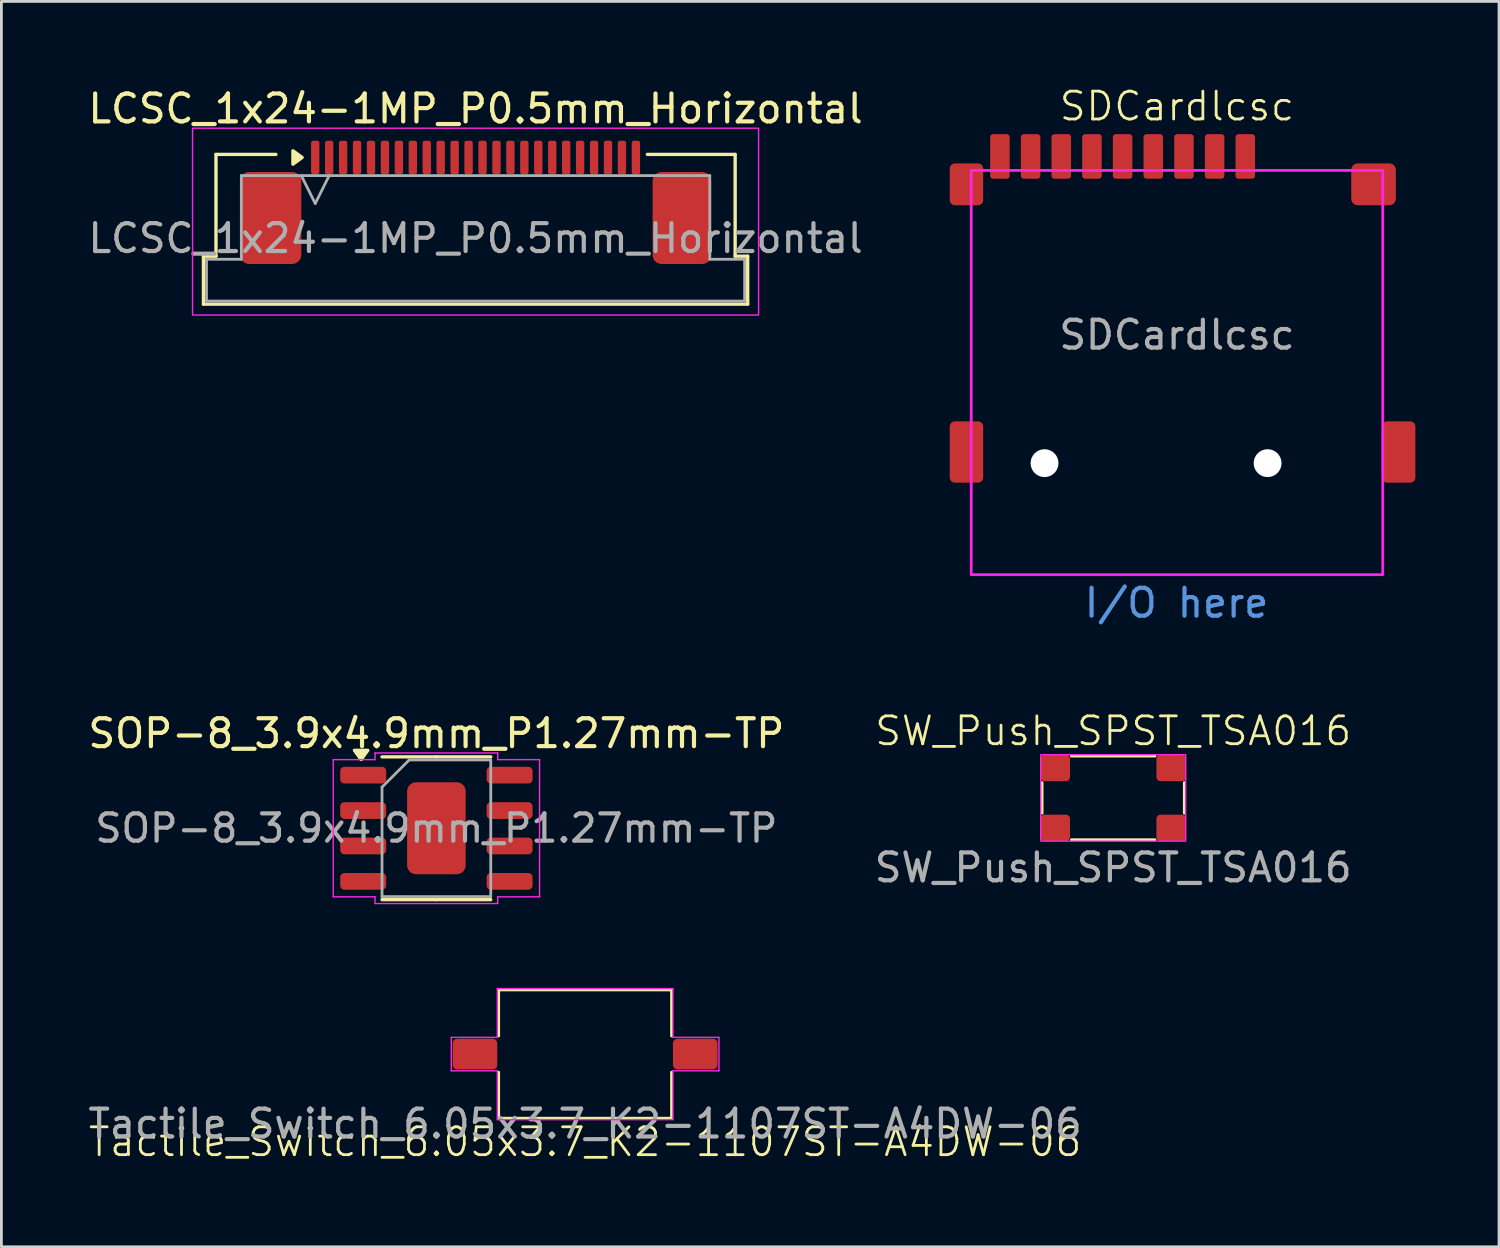
<source format=kicad_pcb>
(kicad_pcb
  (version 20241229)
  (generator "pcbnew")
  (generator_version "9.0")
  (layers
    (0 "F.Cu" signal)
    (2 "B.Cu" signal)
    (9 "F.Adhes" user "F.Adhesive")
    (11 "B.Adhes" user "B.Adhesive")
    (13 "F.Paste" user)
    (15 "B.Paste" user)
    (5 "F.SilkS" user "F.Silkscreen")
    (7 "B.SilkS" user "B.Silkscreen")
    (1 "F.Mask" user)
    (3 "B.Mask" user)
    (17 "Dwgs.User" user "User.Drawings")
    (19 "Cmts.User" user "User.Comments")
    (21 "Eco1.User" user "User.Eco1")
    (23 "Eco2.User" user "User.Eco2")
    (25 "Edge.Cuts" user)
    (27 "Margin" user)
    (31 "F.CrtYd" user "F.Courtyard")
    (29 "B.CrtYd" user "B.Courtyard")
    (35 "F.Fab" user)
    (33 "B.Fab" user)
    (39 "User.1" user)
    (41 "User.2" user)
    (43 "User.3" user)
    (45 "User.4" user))
  (footprint "LCSC_1x24-1MP_P0.5mm_Horizontal"
    (layer "F.Cu")
    (at 14.006 5.498)
    (property "Reference" "LCSC_1x24-1MP_P0.5mm_Horizontal" (at 0 -4.65 0) (layer "F.SilkS") (effects (font (size 1 1) (thickness 0.15))))
    (attr smd)
    (fp_line (start -9.76 0.64) (end -9.31 0.64) (stroke (width 0.12) (type solid)) (layer "F.SilkS"))
    (fp_line (start -9.76 2.36) (end -9.76 0.64) (stroke (width 0.12) (type solid)) (layer "F.SilkS"))
    (fp_line (start -9.31 -3.01) (end -7.16 -3.01) (stroke (width 0.12) (type solid)) (layer "F.SilkS"))
    (fp_line (start -9.31 0.64) (end -9.31 -3.01) (stroke (width 0.12) (type solid)) (layer "F.SilkS"))
    (fp_line (start 6.16 -3.01) (end 9.31 -3.01) (stroke (width 0.12) (type solid)) (layer "F.SilkS"))
    (fp_line (start 9.31 -3.01) (end 9.31 0.64) (stroke (width 0.12) (type solid)) (layer "F.SilkS"))
    (fp_line (start 9.31 0.64) (end 9.76 0.64) (stroke (width 0.12) (type solid)) (layer "F.SilkS"))
    (fp_line (start 9.76 0.64) (end 9.76 2.36) (stroke (width 0.12) (type solid)) (layer "F.SilkS"))
    (fp_line (start 9.76 2.36) (end -9.76 2.36) (stroke (width 0.12) (type solid)) (layer "F.SilkS"))
    (fp_poly (pts (xy -6.22 -2.9) (xy -6.55 -2.66) (xy -6.55 -3.14)) (stroke (width 0.12) (type solid)) (fill yes) (layer "F.SilkS"))
    (fp_rect (start -10.15 -3.95) (end 10.15 2.75) (stroke (width 0.05) (type solid)) (fill no) (layer "F.CrtYd"))
    (fp_line (start -9.65 0.75) (end -8.4 0.75) (stroke (width 0.1) (type solid)) (layer "F.Fab"))
    (fp_line (start -9.65 2.25) (end -9.65 0.75) (stroke (width 0.1) (type solid)) (layer "F.Fab"))
    (fp_line (start -8.4 -2.25) (end 8.4 -2.25) (stroke (width 0.1) (type solid)) (layer "F.Fab"))
    (fp_line (start -8.4 0.75) (end -8.4 -2.25) (stroke (width 0.1) (type solid)) (layer "F.Fab"))
    (fp_line (start -6.25 -2.25) (end -5.75 -1.25) (stroke (width 0.1) (type solid)) (layer "F.Fab"))
    (fp_line (start -5.75 -1.25) (end -5.25 -2.25) (stroke (width 0.1) (type solid)) (layer "F.Fab"))
    (fp_line (start 8.4 -2.25) (end 8.4 0.75) (stroke (width 0.1) (type solid)) (layer "F.Fab"))
    (fp_line (start 8.4 0.75) (end 9.65 0.75) (stroke (width 0.1) (type solid)) (layer "F.Fab"))
    (fp_line (start 9.65 0.75) (end 9.65 2.25) (stroke (width 0.1) (type solid)) (layer "F.Fab"))
    (fp_line (start 9.65 2.25) (end -9.65 2.25) (stroke (width 0.1) (type solid)) (layer "F.Fab"))
    (fp_text user "${REFERENCE}" (at 0 0 0) (layer "F.Fab") (effects (font (size 1 1) (thickness 0.15))))
    (pad "1" smd roundrect (at -5.75 -2.9) (size 0.3 1.2) (layers "F.Cu" "F.Mask" "F.Paste") (roundrect_rratio 0.25))
    (pad "2" smd roundrect (at -5.25 -2.9) (size 0.3 1.2) (layers "F.Cu" "F.Mask" "F.Paste") (roundrect_rratio 0.25))
    (pad "3" smd roundrect (at -4.75 -2.9) (size 0.3 1.2) (layers "F.Cu" "F.Mask" "F.Paste") (roundrect_rratio 0.25))
    (pad "4" smd roundrect (at -4.25 -2.9) (size 0.3 1.2) (layers "F.Cu" "F.Mask" "F.Paste") (roundrect_rratio 0.25))
    (pad "5" smd roundrect (at -3.75 -2.9) (size 0.3 1.2) (layers "F.Cu" "F.Mask" "F.Paste") (roundrect_rratio 0.25))
    (pad "6" smd roundrect (at -3.25 -2.9) (size 0.3 1.2) (layers "F.Cu" "F.Mask" "F.Paste") (roundrect_rratio 0.25))
    (pad "7" smd roundrect (at -2.75 -2.9) (size 0.3 1.2) (layers "F.Cu" "F.Mask" "F.Paste") (roundrect_rratio 0.25))
    (pad "8" smd roundrect (at -2.25 -2.9) (size 0.3 1.2) (layers "F.Cu" "F.Mask" "F.Paste") (roundrect_rratio 0.25))
    (pad "9" smd roundrect (at -1.75 -2.9) (size 0.3 1.2) (layers "F.Cu" "F.Mask" "F.Paste") (roundrect_rratio 0.25))
    (pad "10" smd roundrect (at -1.25 -2.9) (size 0.3 1.2) (layers "F.Cu" "F.Mask" "F.Paste") (roundrect_rratio 0.25))
    (pad "11" smd roundrect (at -0.75 -2.9) (size 0.3 1.2) (layers "F.Cu" "F.Mask" "F.Paste") (roundrect_rratio 0.25))
    (pad "12" smd roundrect (at -0.25 -2.9) (size 0.3 1.2) (layers "F.Cu" "F.Mask" "F.Paste") (roundrect_rratio 0.25))
    (pad "13" smd roundrect (at 0.25 -2.9) (size 0.3 1.2) (layers "F.Cu" "F.Mask" "F.Paste") (roundrect_rratio 0.25))
    (pad "14" smd roundrect (at 0.75 -2.9) (size 0.3 1.2) (layers "F.Cu" "F.Mask" "F.Paste") (roundrect_rratio 0.25))
    (pad "15" smd roundrect (at 1.25 -2.9) (size 0.3 1.2) (layers "F.Cu" "F.Mask" "F.Paste") (roundrect_rratio 0.25))
    (pad "16" smd roundrect (at 1.75 -2.9) (size 0.3 1.2) (layers "F.Cu" "F.Mask" "F.Paste") (roundrect_rratio 0.25))
    (pad "17" smd roundrect (at 2.25 -2.9) (size 0.3 1.2) (layers "F.Cu" "F.Mask" "F.Paste") (roundrect_rratio 0.25))
    (pad "18" smd roundrect (at 2.75 -2.9) (size 0.3 1.2) (layers "F.Cu" "F.Mask" "F.Paste") (roundrect_rratio 0.25))
    (pad "19" smd roundrect (at 3.25 -2.9) (size 0.3 1.2) (layers "F.Cu" "F.Mask" "F.Paste") (roundrect_rratio 0.25))
    (pad "20" smd roundrect (at 3.75 -2.9) (size 0.3 1.2) (layers "F.Cu" "F.Mask" "F.Paste") (roundrect_rratio 0.25))
    (pad "21" smd roundrect (at 4.25 -2.9) (size 0.3 1.2) (layers "F.Cu" "F.Mask" "F.Paste") (roundrect_rratio 0.25))
    (pad "22" smd roundrect (at 4.75 -2.9) (size 0.3 1.2) (layers "F.Cu" "F.Mask" "F.Paste") (roundrect_rratio 0.25))
    (pad "23" smd roundrect (at 5.25 -2.9) (size 0.3 1.2) (layers "F.Cu" "F.Mask" "F.Paste") (roundrect_rratio 0.25))
    (pad "24" smd roundrect (at 5.75 -2.9) (size 0.3 1.2) (layers "F.Cu" "F.Mask" "F.Paste") (roundrect_rratio 0.25))
    (pad "MP" smd roundrect (at -7.35 -0.73) (size 2.2 3.3) (layers "F.Cu" "F.Mask" "F.Paste") (roundrect_rratio 0.15))
    (pad "MP" smd roundrect (at 7.4 -0.73) (size 2.1 3.3) (layers "F.Cu" "F.Mask" "F.Paste") (roundrect_rratio 0.15)))
  (footprint "SDCardlcsc"
    (layer "F.Cu")
    (at 39.162 9.761)
    (property "Reference" "SDCardlcsc" (at 0 -9 0) (unlocked yes) (layer "F.SilkS") (effects (font (size 1 1) (thickness 0.1))))
    (attr smd)
    (fp_rect (start -7.38 -6.7) (end 7.38 7.8) (stroke (width 0.1) (type solid)) (fill no) (layer "F.CrtYd"))
    (fp_text user "I/O here" (at -3.4 9.4 0) (unlocked yes) (layer "Cmts.User") (effects (font (size 1 1) (thickness 0.15)) (justify left bottom)))
    (fp_text user "${REFERENCE}" (at 0 -0.8 0) (unlocked yes) (layer "F.Fab") (effects (font (size 1 1) (thickness 0.15))))
    (pad "" np_thru_hole circle (at -4.75 3.8) (size 1 1) (drill 1) (layers "*.Cu" "*.Mask"))
    (pad "" np_thru_hole circle (at 3.25 3.8) (size 1 1) (drill 1) (layers "*.Cu" "*.Mask"))
    (pad "1" smd roundrect (at 2.45 -7.2) (size 0.7 1.6) (layers "F.Cu" "F.Mask" "F.Paste") (roundrect_rratio 0.15))
    (pad "2" smd roundrect (at 1.35 -7.2) (size 0.7 1.6) (layers "F.Cu" "F.Mask" "F.Paste") (roundrect_rratio 0.15))
    (pad "3" smd roundrect (at 0.25 -7.2) (size 0.7 1.6) (layers "F.Cu" "F.Mask" "F.Paste") (roundrect_rratio 0.15))
    (pad "4" smd roundrect (at -0.85 -7.2) (size 0.7 1.6) (layers "F.Cu" "F.Mask" "F.Paste") (roundrect_rratio 0.15))
    (pad "5" smd roundrect (at -1.95 -7.2) (size 0.7 1.6) (layers "F.Cu" "F.Mask" "F.Paste") (roundrect_rratio 0.15))
    (pad "6" smd roundrect (at -3.05 -7.2) (size 0.7 1.6) (layers "F.Cu" "F.Mask" "F.Paste") (roundrect_rratio 0.15))
    (pad "7" smd roundrect (at -4.15 -7.2) (size 0.7 1.6) (layers "F.Cu" "F.Mask" "F.Paste") (roundrect_rratio 0.15))
    (pad "8" smd roundrect (at -5.25 -7.2) (size 0.7 1.6) (layers "F.Cu" "F.Mask" "F.Paste") (roundrect_rratio 0.15))
    (pad "9" smd roundrect (at -6.35 -7.2) (size 0.7 1.6) (layers "F.Cu" "F.Mask" "F.Paste") (roundrect_rratio 0.15))
    (pad "10" smd roundrect (at -7.55 -6.2) (size 1.2 1.5) (layers "F.Cu" "F.Mask" "F.Paste") (roundrect_rratio 0.15))
    (pad "10" smd roundrect (at -7.55 3.4) (size 1.2 2.2) (layers "F.Cu" "F.Mask" "F.Paste") (roundrect_rratio 0.15))
    (pad "10" smd roundrect (at 7.05 -6.2) (size 1.6 1.5) (layers "F.Cu" "F.Mask" "F.Paste") (roundrect_rratio 0.15))
    (pad "10" smd roundrect (at 7.95 3.4) (size 1.2 2.2) (layers "F.Cu" "F.Mask" "F.Paste") (roundrect_rratio 0.15)))
  (footprint "SOP-8_3.9x4.9mm_P1.27mm-TP"
    (layer "F.Cu")
    (at 12.601 26.655)
    (property "Reference" "SOP-8_3.9x4.9mm_P1.27mm-TP" (at 0 -3.4 0) (layer "F.SilkS") (effects (font (size 1 1) (thickness 0.15))))
    (attr smd)
    (fp_line (start 0 -2.56) (end -1.95 -2.56) (stroke (width 0.12) (type solid)) (layer "F.SilkS"))
    (fp_line (start 0 -2.56) (end 1.95 -2.56) (stroke (width 0.12) (type solid)) (layer "F.SilkS"))
    (fp_line (start 0 2.56) (end -1.95 2.56) (stroke (width 0.12) (type solid)) (layer "F.SilkS"))
    (fp_line (start 0 2.56) (end 1.95 2.56) (stroke (width 0.12) (type solid)) (layer "F.SilkS"))
    (fp_poly (pts (xy -2.7 -2.465) (xy -2.94 -2.795) (xy -2.46 -2.795)) (stroke (width 0.12) (type solid)) (fill yes) (layer "F.SilkS"))
    (fp_line (start -3.7 -2.46) (end -2.2 -2.46) (stroke (width 0.05) (type solid)) (layer "F.CrtYd"))
    (fp_line (start -3.7 2.46) (end -3.7 -2.46) (stroke (width 0.05) (type solid)) (layer "F.CrtYd"))
    (fp_line (start -2.2 -2.7) (end 2.2 -2.7) (stroke (width 0.05) (type solid)) (layer "F.CrtYd"))
    (fp_line (start -2.2 -2.46) (end -2.2 -2.7) (stroke (width 0.05) (type solid)) (layer "F.CrtYd"))
    (fp_line (start -2.2 2.46) (end -3.7 2.46) (stroke (width 0.05) (type solid)) (layer "F.CrtYd"))
    (fp_line (start -2.2 2.7) (end -2.2 2.46) (stroke (width 0.05) (type solid)) (layer "F.CrtYd"))
    (fp_line (start 2.2 -2.7) (end 2.2 -2.46) (stroke (width 0.05) (type solid)) (layer "F.CrtYd"))
    (fp_line (start 2.2 -2.46) (end 3.7 -2.46) (stroke (width 0.05) (type solid)) (layer "F.CrtYd"))
    (fp_line (start 2.2 2.46) (end 2.2 2.7) (stroke (width 0.05) (type solid)) (layer "F.CrtYd"))
    (fp_line (start 2.2 2.7) (end -2.2 2.7) (stroke (width 0.05) (type solid)) (layer "F.CrtYd"))
    (fp_line (start 3.7 -2.46) (end 3.7 2.46) (stroke (width 0.05) (type solid)) (layer "F.CrtYd"))
    (fp_line (start 3.7 2.46) (end 2.2 2.46) (stroke (width 0.05) (type solid)) (layer "F.CrtYd"))
    (fp_line (start -1.95 -1.475) (end -0.975 -2.45) (stroke (width 0.1) (type solid)) (layer "F.Fab"))
    (fp_line (start -1.95 2.45) (end -1.95 -1.475) (stroke (width 0.1) (type solid)) (layer "F.Fab"))
    (fp_line (start -0.975 -2.45) (end 1.95 -2.45) (stroke (width 0.1) (type solid)) (layer "F.Fab"))
    (fp_line (start 1.95 -2.45) (end 1.95 2.45) (stroke (width 0.1) (type solid)) (layer "F.Fab"))
    (fp_line (start 1.95 2.45) (end -1.95 2.45) (stroke (width 0.1) (type solid)) (layer "F.Fab"))
    (fp_text user "${REFERENCE}" (at 0 0 0) (layer "F.Fab") (effects (font (size 0.98 0.98) (thickness 0.15))))
    (pad "1" smd roundrect (at -2.625 -1.905) (size 1.65 0.6) (layers "F.Cu" "F.Mask" "F.Paste") (roundrect_rratio 0.25))
    (pad "2" smd roundrect (at -2.625 -0.635) (size 1.65 0.6) (layers "F.Cu" "F.Mask" "F.Paste") (roundrect_rratio 0.25))
    (pad "3" smd roundrect (at -2.625 0.635) (size 1.65 0.6) (layers "F.Cu" "F.Mask" "F.Paste") (roundrect_rratio 0.25))
    (pad "4" smd roundrect (at -2.625 1.905) (size 1.65 0.6) (layers "F.Cu" "F.Mask" "F.Paste") (roundrect_rratio 0.25))
    (pad "5" smd roundrect (at 2.625 1.905) (size 1.65 0.6) (layers "F.Cu" "F.Mask" "F.Paste") (roundrect_rratio 0.25))
    (pad "6" smd roundrect (at 2.625 0.635) (size 1.65 0.6) (layers "F.Cu" "F.Mask" "F.Paste") (roundrect_rratio 0.25))
    (pad "7" smd roundrect (at 2.625 -0.635) (size 1.65 0.6) (layers "F.Cu" "F.Mask" "F.Paste") (roundrect_rratio 0.25))
    (pad "8" smd roundrect (at 2.625 -1.905) (size 1.65 0.6) (layers "F.Cu" "F.Mask" "F.Paste") (roundrect_rratio 0.25))
    (pad "9" smd roundrect (at 0 0) (size 2.1 3.3) (layers "F.Cu" "F.Mask" "F.Paste") (roundrect_rratio 0.15)))
  (footprint "SW_Push_SPST_TSA016"
    (layer "F.Cu")
    (at 36.875 25.567)
    (property "Reference" "SW_Push_SPST_TSA016" (at 0 -2.4 0) (unlocked yes) (layer "F.SilkS") (effects (font (size 1 1) (thickness 0.1))))
    (attr smd)
    (fp_line (start -2.55 0.55) (end -2.55 -0.55) (stroke (width 0.1) (type default)) (layer "F.SilkS"))
    (fp_line (start -1.5 -1.5) (end 1.5 -1.5) (stroke (width 0.1) (type default)) (layer "F.SilkS"))
    (fp_line (start 1.5 1.5) (end -1.5 1.5) (stroke (width 0.1) (type default)) (layer "F.SilkS"))
    (fp_line (start 2.55 -0.55) (end 2.55 0.55) (stroke (width 0.1) (type default)) (layer "F.SilkS"))
    (fp_rect (start -2.6 -1.55) (end 2.6 1.55) (stroke (width 0.05) (type default)) (fill no) (layer "F.CrtYd"))
    (fp_text user "${REFERENCE}" (at 0 2.5 0) (unlocked yes) (layer "F.Fab") (effects (font (size 1 1) (thickness 0.15))))
    (pad "1" smd roundrect (at -2.075 -1.075) (size 1.05 0.95) (layers "F.Cu" "F.Mask" "F.Paste") (roundrect_rratio 0.15))
    (pad "1" smd roundrect (at 2.075 -1.075) (size 1.05 0.95) (layers "F.Cu" "F.Mask" "F.Paste") (roundrect_rratio 0.15))
    (pad "2" smd roundrect (at -2.075 1.075) (size 1.05 0.95) (layers "F.Cu" "F.Mask" "F.Paste") (roundrect_rratio 0.15))
    (pad "2" smd roundrect (at 2.075 1.075) (size 1.05 0.95) (layers "F.Cu" "F.Mask" "F.Paste") (roundrect_rratio 0.15)))
  (footprint "Tactile_Switch_6.05x3.7_K2-1107ST-A4DW-06"
    (layer "F.Cu")
    (at 17.935 34.755)
    (property "Reference" "Tactile_Switch_6.05x3.7_K2-1107ST-A4DW-06" (at 0 3.15 0) (unlocked yes) (layer "F.SilkS") (effects (font (size 1 1) (thickness 0.1))))
    (attr smd)
    (fp_line (start -3.1 -2.3) (end 3.1 -2.3) (stroke (width 0.1) (type default)) (layer "F.SilkS"))
    (fp_line (start -3.1 -0.65) (end -3.1 -2.3) (stroke (width 0.1) (type default)) (layer "F.SilkS"))
    (fp_line (start -3.1 2.3) (end -3.1 0.65) (stroke (width 0.1) (type default)) (layer "F.SilkS"))
    (fp_line (start 3.1 -2.3) (end 3.1 -0.65) (stroke (width 0.1) (type default)) (layer "F.SilkS"))
    (fp_line (start 3.1 0.65) (end 3.1 2.3) (stroke (width 0.1) (type default)) (layer "F.SilkS"))
    (fp_line (start 3.1 2.3) (end -3.1 2.3) (stroke (width 0.1) (type default)) (layer "F.SilkS"))
    (fp_line (start -4.8 -0.6) (end -3.15 -0.6) (stroke (width 0.05) (type default)) (layer "F.CrtYd"))
    (fp_line (start -4.8 0.6) (end -4.8 -0.6) (stroke (width 0.05) (type default)) (layer "F.CrtYd"))
    (fp_line (start -3.15 -2.35) (end -3.15 -0.6) (stroke (width 0.05) (type solid)) (layer "F.CrtYd"))
    (fp_line (start -3.15 -2.35) (end 3.15 -2.35) (stroke (width 0.05) (type default)) (layer "F.CrtYd"))
    (fp_line (start -3.15 0.6) (end -4.8 0.6) (stroke (width 0.05) (type default)) (layer "F.CrtYd"))
    (fp_line (start -3.15 2.35) (end -3.15 0.6) (stroke (width 0.05) (type solid)) (layer "F.CrtYd"))
    (fp_line (start 3.15 -2.35) (end 3.15 -0.6) (stroke (width 0.05) (type solid)) (layer "F.CrtYd"))
    (fp_line (start 3.15 0.6) (end 3.15 2.35) (stroke (width 0.05) (type solid)) (layer "F.CrtYd"))
    (fp_line (start 3.15 2.35) (end -3.15 2.35) (stroke (width 0.05) (type default)) (layer "F.CrtYd"))
    (fp_line (start 4.8 -0.6) (end 3.15 -0.6) (stroke (width 0.05) (type default)) (layer "F.CrtYd"))
    (fp_line (start 4.8 0.6) (end 3.15 0.6) (stroke (width 0.05) (type default)) (layer "F.CrtYd"))
    (fp_line (start 4.8 0.6) (end 4.8 -0.6) (stroke (width 0.05) (type default)) (layer "F.CrtYd"))
    (fp_text user "${REFERENCE}" (at 0 2.5 0) (unlocked yes) (layer "F.Fab") (effects (font (size 1 1) (thickness 0.15))))
    (pad "1" smd roundrect (at -3.95 0) (size 1.6 1.1) (layers "F.Cu" "F.Mask" "F.Paste") (roundrect_rratio 0.15))
    (pad "2" smd roundrect (at 3.95 0) (size 1.6 1.1) (layers "F.Cu" "F.Mask" "F.Paste") (roundrect_rratio 0.15)))
  (gr_rect
    (start -3 -3)
    (end 50.712 41.666)
    (stroke (width 0.1) (type default))
    (fill no)
    (layer "Edge.Cuts")))
</source>
